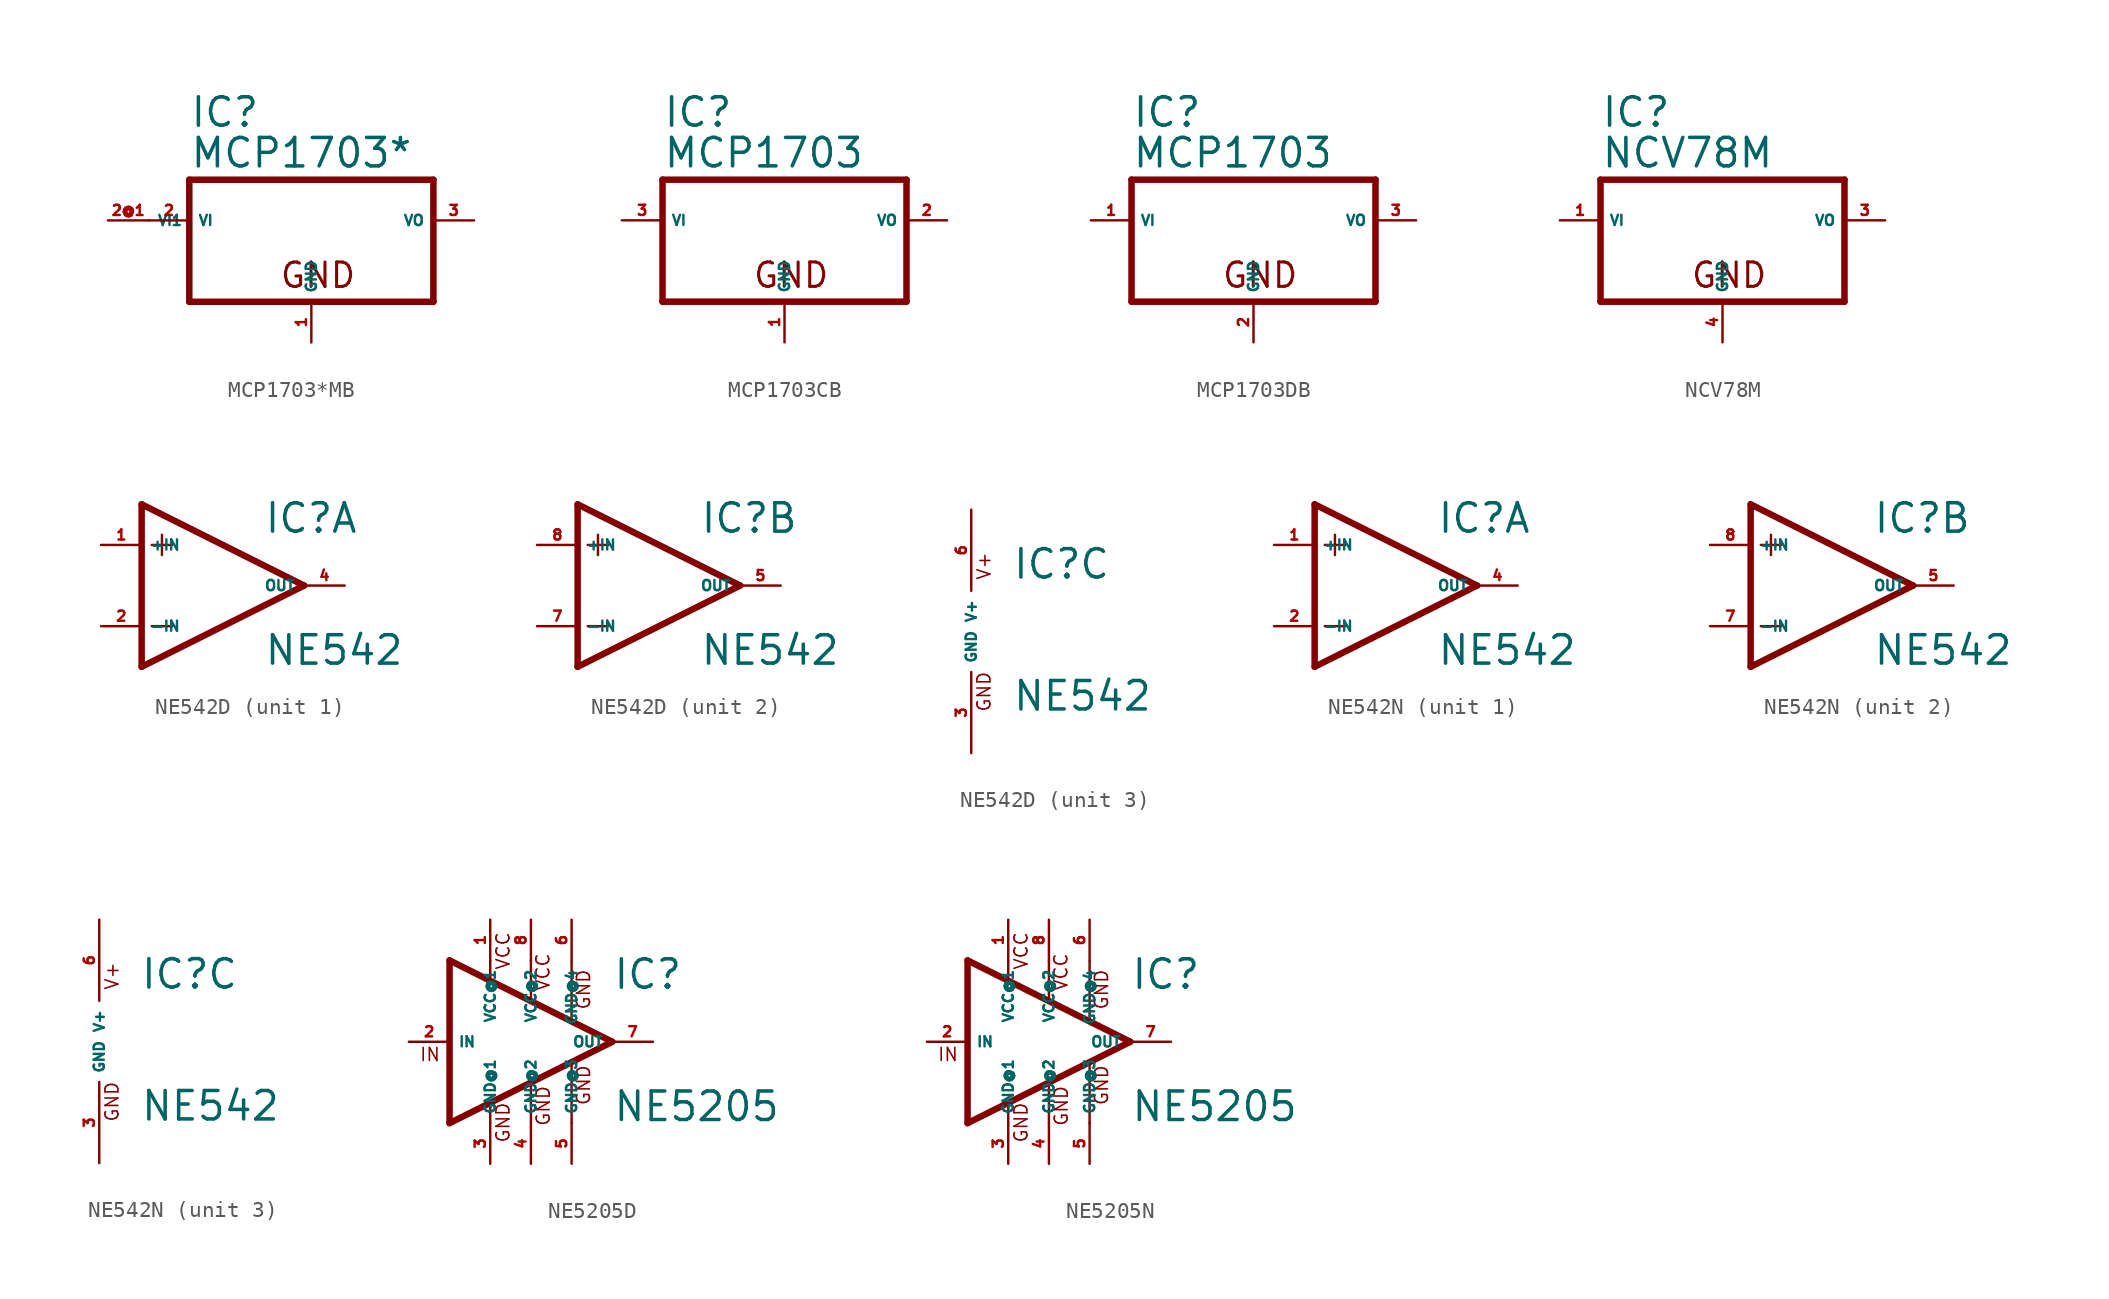
<source format=kicad_sym>
(kicad_symbol_lib
  (version 20220914)
  (generator Eagle2Kicad)
  (symbol "MCP1703*MB"
    (property "Reference" "IC"
      (at -7.62 5.715 0)
      (effects (font (size 1.778 1.778) (thickness 0.22)) (justify left bottom)))
    (property "Value" "MCP1703*"
      (at -7.62 3.175 0)
      (effects (font (size 1.778 1.778) (thickness 0.22)) (justify left bottom)))
    (polyline
      (pts (xy -7.62 -5.08) (xy 7.62 -5.08))
      (stroke (width 0.406) (type default))
      (fill (type none)))
    (polyline
      (pts (xy 7.62 -5.08) (xy 7.62 2.54))
      (stroke (width 0.406) (type default))
      (fill (type none)))
    (polyline
      (pts (xy 7.62 2.54) (xy -7.62 2.54))
      (stroke (width 0.406) (type default))
      (fill (type none)))
    (polyline
      (pts (xy -7.62 2.54) (xy -7.62 -5.08))
      (stroke (width 0.406) (type default))
      (fill (type none)))
    (text "GND"
      (at -2.032 -4.318 0)
      (effects (font (size 1.524 1.524) (thickness 0.19)) (justify left bottom)))
    (pin input line
      (at -10.16 0 0)
      (length 2.54)
      (name "VI" (effects (font (size 0.635 0.635) (thickness 0.08)) (justify left bottom)))
      (number "2" (effects (font (size 0.635 0.635) (thickness 0.08)) (justify left bottom))))
    (pin passive line
      (at 0 -7.62 90)
      (length 2.54)
      (name "GND" (effects (font (size 0.635 0.635) (thickness 0.08)) (justify left bottom)))
      (number "1" (effects (font (size 0.635 0.635) (thickness 0.08)) (justify left bottom))))
    (pin passive line
      (at 10.16 0 180)
      (length 2.54)
      (name "VO" (effects (font (size 0.635 0.635) (thickness 0.08)) (justify left bottom)))
      (number "3" (effects (font (size 0.635 0.635) (thickness 0.08)) (justify left bottom))))
    (pin input line
      (at -12.7 0 0)
      (length 2.54)
      (name "VI1" (effects (font (size 0.635 0.635) (thickness 0.08)) (justify left bottom)))
      (number "2@1" (effects (font (size 0.635 0.635) (thickness 0.08)) (justify left bottom)))))
  (symbol "MCP1703CB"
    (property "Reference" "IC"
      (at -7.62 5.715 0)
      (effects (font (size 1.778 1.778) (thickness 0.22)) (justify left bottom)))
    (property "Value" "MCP1703"
      (at -7.62 3.175 0)
      (effects (font (size 1.778 1.778) (thickness 0.22)) (justify left bottom)))
    (polyline
      (pts (xy -7.62 -5.08) (xy 7.62 -5.08))
      (stroke (width 0.406) (type default))
      (fill (type none)))
    (polyline
      (pts (xy 7.62 -5.08) (xy 7.62 2.54))
      (stroke (width 0.406) (type default))
      (fill (type none)))
    (polyline
      (pts (xy 7.62 2.54) (xy -7.62 2.54))
      (stroke (width 0.406) (type default))
      (fill (type none)))
    (polyline
      (pts (xy -7.62 2.54) (xy -7.62 -5.08))
      (stroke (width 0.406) (type default))
      (fill (type none)))
    (text "GND"
      (at -2.032 -4.318 0)
      (effects (font (size 1.524 1.524) (thickness 0.19)) (justify left bottom)))
    (pin input line
      (at -10.16 0 0)
      (length 2.54)
      (name "VI" (effects (font (size 0.635 0.635) (thickness 0.08)) (justify left bottom)))
      (number "3" (effects (font (size 0.635 0.635) (thickness 0.08)) (justify left bottom))))
    (pin passive line
      (at 0 -7.62 90)
      (length 2.54)
      (name "GND" (effects (font (size 0.635 0.635) (thickness 0.08)) (justify left bottom)))
      (number "1" (effects (font (size 0.635 0.635) (thickness 0.08)) (justify left bottom))))
    (pin passive line
      (at 10.16 0 180)
      (length 2.54)
      (name "VO" (effects (font (size 0.635 0.635) (thickness 0.08)) (justify left bottom)))
      (number "2" (effects (font (size 0.635 0.635) (thickness 0.08)) (justify left bottom)))))
  (symbol "MCP1703DB"
    (property "Reference" "IC"
      (at -7.62 5.715 0)
      (effects (font (size 1.778 1.778) (thickness 0.22)) (justify left bottom)))
    (property "Value" "MCP1703"
      (at -7.62 3.175 0)
      (effects (font (size 1.778 1.778) (thickness 0.22)) (justify left bottom)))
    (polyline
      (pts (xy -7.62 -5.08) (xy 7.62 -5.08))
      (stroke (width 0.406) (type default))
      (fill (type none)))
    (polyline
      (pts (xy 7.62 -5.08) (xy 7.62 2.54))
      (stroke (width 0.406) (type default))
      (fill (type none)))
    (polyline
      (pts (xy 7.62 2.54) (xy -7.62 2.54))
      (stroke (width 0.406) (type default))
      (fill (type none)))
    (polyline
      (pts (xy -7.62 2.54) (xy -7.62 -5.08))
      (stroke (width 0.406) (type default))
      (fill (type none)))
    (text "GND"
      (at -2.032 -4.318 0)
      (effects (font (size 1.524 1.524) (thickness 0.19)) (justify left bottom)))
    (pin input line
      (at -10.16 0 0)
      (length 2.54)
      (name "VI" (effects (font (size 0.635 0.635) (thickness 0.08)) (justify left bottom)))
      (number "1" (effects (font (size 0.635 0.635) (thickness 0.08)) (justify left bottom))))
    (pin passive line
      (at 0 -7.62 90)
      (length 2.54)
      (name "GND" (effects (font (size 0.635 0.635) (thickness 0.08)) (justify left bottom)))
      (number "2" (effects (font (size 0.635 0.635) (thickness 0.08)) (justify left bottom))))
    (pin passive line
      (at 10.16 0 180)
      (length 2.54)
      (name "VO" (effects (font (size 0.635 0.635) (thickness 0.08)) (justify left bottom)))
      (number "3" (effects (font (size 0.635 0.635) (thickness 0.08)) (justify left bottom)))))
  (symbol "NCV78M"
    (property "Reference" "IC"
      (at -7.62 5.715 0)
      (effects (font (size 1.778 1.778) (thickness 0.22)) (justify left bottom)))
    (property "Value" "NCV78M"
      (at -7.62 3.175 0)
      (effects (font (size 1.778 1.778) (thickness 0.22)) (justify left bottom)))
    (polyline
      (pts (xy -7.62 -5.08) (xy 7.62 -5.08))
      (stroke (width 0.406) (type default))
      (fill (type none)))
    (polyline
      (pts (xy 7.62 -5.08) (xy 7.62 2.54))
      (stroke (width 0.406) (type default))
      (fill (type none)))
    (polyline
      (pts (xy 7.62 2.54) (xy -7.62 2.54))
      (stroke (width 0.406) (type default))
      (fill (type none)))
    (polyline
      (pts (xy -7.62 2.54) (xy -7.62 -5.08))
      (stroke (width 0.406) (type default))
      (fill (type none)))
    (text "GND"
      (at -2.032 -4.318 0)
      (effects (font (size 1.524 1.524) (thickness 0.19)) (justify left bottom)))
    (pin input line
      (at -10.16 0 0)
      (length 2.54)
      (name "VI" (effects (font (size 0.635 0.635) (thickness 0.08)) (justify left bottom)))
      (number "1" (effects (font (size 0.635 0.635) (thickness 0.08)) (justify left bottom))))
    (pin passive line
      (at 0 -7.62 90)
      (length 2.54)
      (name "GND" (effects (font (size 0.635 0.635) (thickness 0.08)) (justify left bottom)))
      (number "4" (effects (font (size 0.635 0.635) (thickness 0.08)) (justify left bottom))))
    (pin passive line
      (at 10.16 0 180)
      (length 2.54)
      (name "VO" (effects (font (size 0.635 0.635) (thickness 0.08)) (justify left bottom)))
      (number "3" (effects (font (size 0.635 0.635) (thickness 0.08)) (justify left bottom)))))
  (symbol "NE542D"
    (property "Reference" "IC"
      (at 2.54 3.175 0)
      (effects (font (size 1.778 1.778) (thickness 0.22)) (justify left bottom)))
    (property "Value" "NE542"
      (at 2.54 -5.08 0)
      (effects (font (size 1.778 1.778) (thickness 0.22)) (justify left bottom)))
    (symbol "NE542D_1_0"
      (polyline (pts (xy -5.08 5.08) (xy -5.08 -5.08)) (stroke (width 0.406) (type default)) (fill (type none)))
      (polyline (pts (xy -5.08 -5.08) (xy 5.08 0)) (stroke (width 0.406) (type default)) (fill (type none)))
      (polyline (pts (xy 5.08 0) (xy -5.08 5.08)) (stroke (width 0.406) (type default)) (fill (type none)))
      (polyline (pts (xy -3.81 3.175) (xy -3.81 1.905)) (stroke (width 0.152) (type default)) (fill (type none)))
      (polyline (pts (xy -4.445 2.54) (xy -3.175 2.54)) (stroke (width 0.152) (type default)) (fill (type none)))
      (polyline (pts (xy -4.445 -2.54) (xy -3.175 -2.54)) (stroke (width 0.152) (type default)) (fill (type none)))
      (pin input line (at -7.62 -2.54 0) (length 2.54) (name "-IN" (effects (font (size 0.635 0.635) (thickness 0.08)) (justify left bottom))) (number "2" (effects (font (size 0.635 0.635) (thickness 0.08)) (justify left bottom))))
      (pin input line (at -7.62 2.54 0) (length 2.54) (name "+IN" (effects (font (size 0.635 0.635) (thickness 0.08)) (justify left bottom))) (number "1" (effects (font (size 0.635 0.635) (thickness 0.08)) (justify left bottom))))
      (pin output line (at 7.62 0 180) (length 2.54) (name "OUT" (effects (font (size 0.635 0.635) (thickness 0.08)) (justify left bottom))) (number "4" (effects (font (size 0.635 0.635) (thickness 0.08)) (justify left bottom)))))
    (symbol "NE542D_2_0"
      (polyline (pts (xy -5.08 5.08) (xy -5.08 -5.08)) (stroke (width 0.406) (type default)) (fill (type none)))
      (polyline (pts (xy -5.08 -5.08) (xy 5.08 0)) (stroke (width 0.406) (type default)) (fill (type none)))
      (polyline (pts (xy 5.08 0) (xy -5.08 5.08)) (stroke (width 0.406) (type default)) (fill (type none)))
      (polyline (pts (xy -3.81 3.175) (xy -3.81 1.905)) (stroke (width 0.152) (type default)) (fill (type none)))
      (polyline (pts (xy -4.445 2.54) (xy -3.175 2.54)) (stroke (width 0.152) (type default)) (fill (type none)))
      (polyline (pts (xy -4.445 -2.54) (xy -3.175 -2.54)) (stroke (width 0.152) (type default)) (fill (type none)))
      (pin input line (at -7.62 -2.54 0) (length 2.54) (name "-IN" (effects (font (size 0.635 0.635) (thickness 0.08)) (justify left bottom))) (number "7" (effects (font (size 0.635 0.635) (thickness 0.08)) (justify left bottom))))
      (pin input line (at -7.62 2.54 0) (length 2.54) (name "+IN" (effects (font (size 0.635 0.635) (thickness 0.08)) (justify left bottom))) (number "8" (effects (font (size 0.635 0.635) (thickness 0.08)) (justify left bottom))))
      (pin output line (at 7.62 0 180) (length 2.54) (name "OUT" (effects (font (size 0.635 0.635) (thickness 0.08)) (justify left bottom))) (number "5" (effects (font (size 0.635 0.635) (thickness 0.08)) (justify left bottom)))))
    (symbol "NE542D_3_0"
      (text "V+" (at 1.27 3.175 900) (effects (font (size 0.813 0.813) (thickness 0.10)) (justify left bottom)))
      (text "GND" (at 1.27 -5.08 900) (effects (font (size 0.813 0.813) (thickness 0.10)) (justify left bottom)))
      (pin unspecified line (at 0 7.62 270) (length 5.08) (name "V+" (effects (font (size 0.635 0.635) (thickness 0.08)) (justify left bottom))) (number "6" (effects (font (size 0.635 0.635) (thickness 0.08)) (justify left bottom))))
      (pin unspecified line (at 0 -7.62 90) (length 5.08) (name "GND" (effects (font (size 0.635 0.635) (thickness 0.08)) (justify left bottom))) (number "3" (effects (font (size 0.635 0.635) (thickness 0.08)) (justify left bottom))))))
  (symbol "NE542N"
    (property "Reference" "IC"
      (at 2.54 3.175 0)
      (effects (font (size 1.778 1.778) (thickness 0.22)) (justify left bottom)))
    (property "Value" "NE542"
      (at 2.54 -5.08 0)
      (effects (font (size 1.778 1.778) (thickness 0.22)) (justify left bottom)))
    (symbol "NE542N_1_0"
      (polyline (pts (xy -5.08 5.08) (xy -5.08 -5.08)) (stroke (width 0.406) (type default)) (fill (type none)))
      (polyline (pts (xy -5.08 -5.08) (xy 5.08 0)) (stroke (width 0.406) (type default)) (fill (type none)))
      (polyline (pts (xy 5.08 0) (xy -5.08 5.08)) (stroke (width 0.406) (type default)) (fill (type none)))
      (polyline (pts (xy -3.81 3.175) (xy -3.81 1.905)) (stroke (width 0.152) (type default)) (fill (type none)))
      (polyline (pts (xy -4.445 2.54) (xy -3.175 2.54)) (stroke (width 0.152) (type default)) (fill (type none)))
      (polyline (pts (xy -4.445 -2.54) (xy -3.175 -2.54)) (stroke (width 0.152) (type default)) (fill (type none)))
      (pin input line (at -7.62 -2.54 0) (length 2.54) (name "-IN" (effects (font (size 0.635 0.635) (thickness 0.08)) (justify left bottom))) (number "2" (effects (font (size 0.635 0.635) (thickness 0.08)) (justify left bottom))))
      (pin input line (at -7.62 2.54 0) (length 2.54) (name "+IN" (effects (font (size 0.635 0.635) (thickness 0.08)) (justify left bottom))) (number "1" (effects (font (size 0.635 0.635) (thickness 0.08)) (justify left bottom))))
      (pin output line (at 7.62 0 180) (length 2.54) (name "OUT" (effects (font (size 0.635 0.635) (thickness 0.08)) (justify left bottom))) (number "4" (effects (font (size 0.635 0.635) (thickness 0.08)) (justify left bottom)))))
    (symbol "NE542N_2_0"
      (polyline (pts (xy -5.08 5.08) (xy -5.08 -5.08)) (stroke (width 0.406) (type default)) (fill (type none)))
      (polyline (pts (xy -5.08 -5.08) (xy 5.08 0)) (stroke (width 0.406) (type default)) (fill (type none)))
      (polyline (pts (xy 5.08 0) (xy -5.08 5.08)) (stroke (width 0.406) (type default)) (fill (type none)))
      (polyline (pts (xy -3.81 3.175) (xy -3.81 1.905)) (stroke (width 0.152) (type default)) (fill (type none)))
      (polyline (pts (xy -4.445 2.54) (xy -3.175 2.54)) (stroke (width 0.152) (type default)) (fill (type none)))
      (polyline (pts (xy -4.445 -2.54) (xy -3.175 -2.54)) (stroke (width 0.152) (type default)) (fill (type none)))
      (pin input line (at -7.62 -2.54 0) (length 2.54) (name "-IN" (effects (font (size 0.635 0.635) (thickness 0.08)) (justify left bottom))) (number "7" (effects (font (size 0.635 0.635) (thickness 0.08)) (justify left bottom))))
      (pin input line (at -7.62 2.54 0) (length 2.54) (name "+IN" (effects (font (size 0.635 0.635) (thickness 0.08)) (justify left bottom))) (number "8" (effects (font (size 0.635 0.635) (thickness 0.08)) (justify left bottom))))
      (pin output line (at 7.62 0 180) (length 2.54) (name "OUT" (effects (font (size 0.635 0.635) (thickness 0.08)) (justify left bottom))) (number "5" (effects (font (size 0.635 0.635) (thickness 0.08)) (justify left bottom)))))
    (symbol "NE542N_3_0"
      (text "V+" (at 1.27 3.175 900) (effects (font (size 0.813 0.813) (thickness 0.10)) (justify left bottom)))
      (text "GND" (at 1.27 -5.08 900) (effects (font (size 0.813 0.813) (thickness 0.10)) (justify left bottom)))
      (pin unspecified line (at 0 7.62 270) (length 5.08) (name "V+" (effects (font (size 0.635 0.635) (thickness 0.08)) (justify left bottom))) (number "6" (effects (font (size 0.635 0.635) (thickness 0.08)) (justify left bottom))))
      (pin unspecified line (at 0 -7.62 90) (length 5.08) (name "GND" (effects (font (size 0.635 0.635) (thickness 0.08)) (justify left bottom))) (number "3" (effects (font (size 0.635 0.635) (thickness 0.08)) (justify left bottom))))))
  (symbol "NE5205D"
    (property "Reference" "IC"
      (at 5.08 3.175 0)
      (effects (font (size 1.778 1.778) (thickness 0.22)) (justify left bottom)))
    (property "Value" "NE5205"
      (at 5.08 -5.08 0)
      (effects (font (size 1.778 1.778) (thickness 0.22)) (justify left bottom)))
    (polyline
      (pts (xy -2.54 5.08) (xy -2.54 3.861))
      (stroke (width 0.152) (type default))
      (fill (type none)))
    (polyline
      (pts (xy -2.54 -5.08) (xy -2.54 -3.886))
      (stroke (width 0.152) (type default))
      (fill (type none)))
    (polyline
      (pts (xy 0 -5.08) (xy 0 -2.616))
      (stroke (width 0.152) (type default))
      (fill (type none)))
    (polyline
      (pts (xy 2.54 -5.08) (xy 2.54 -1.346))
      (stroke (width 0.152) (type default))
      (fill (type none)))
    (polyline
      (pts (xy 0 5.08) (xy 0 2.591))
      (stroke (width 0.152) (type default))
      (fill (type none)))
    (polyline
      (pts (xy 2.54 1.321) (xy 2.54 5.029))
      (stroke (width 0.152) (type default))
      (fill (type none)))
    (polyline
      (pts (xy -5.08 5.08) (xy -5.08 -5.08))
      (stroke (width 0.406) (type default))
      (fill (type none)))
    (polyline
      (pts (xy -5.08 -5.08) (xy 5.08 0))
      (stroke (width 0.406) (type default))
      (fill (type none)))
    (polyline
      (pts (xy 5.08 0) (xy -5.08 5.08))
      (stroke (width 0.406) (type default))
      (fill (type none)))
    (text "IN"
      (at -6.985 -1.27 0)
      (effects (font (size 0.813 0.813) (thickness 0.10)) (justify left bottom)))
    (text "GND"
      (at -1.27 -6.35 900)
      (effects (font (size 0.813 0.813) (thickness 0.10)) (justify left bottom)))
    (text "GND"
      (at 1.245 -5.309 900)
      (effects (font (size 0.813 0.813) (thickness 0.10)) (justify left bottom)))
    (text "GND"
      (at 3.759 -4.013 900)
      (effects (font (size 0.813 0.813) (thickness 0.10)) (justify left bottom)))
    (text "GND"
      (at 3.759 1.956 900)
      (effects (font (size 0.813 0.813) (thickness 0.10)) (justify left bottom)))
    (text "VCC"
      (at -1.27 4.445 900)
      (effects (font (size 0.813 0.813) (thickness 0.10)) (justify left bottom)))
    (text "VCC"
      (at 1.219 3.124 900)
      (effects (font (size 0.813 0.813) (thickness 0.10)) (justify left bottom)))
    (pin input line
      (at 0 7.62 270)
      (length 2.54)
      (name "VCC@2" (effects (font (size 0.635 0.635) (thickness 0.08)) (justify left bottom)))
      (number "8" (effects (font (size 0.635 0.635) (thickness 0.08)) (justify left bottom))))
    (pin input line
      (at -2.54 7.62 270)
      (length 2.54)
      (name "VCC@1" (effects (font (size 0.635 0.635) (thickness 0.08)) (justify left bottom)))
      (number "1" (effects (font (size 0.635 0.635) (thickness 0.08)) (justify left bottom))))
    (pin input line
      (at -7.62 0 0)
      (length 2.54)
      (name "IN" (effects (font (size 0.635 0.635) (thickness 0.08)) (justify left bottom)))
      (number "2" (effects (font (size 0.635 0.635) (thickness 0.08)) (justify left bottom))))
    (pin input line
      (at -2.54 -7.62 90)
      (length 2.54)
      (name "GND@1" (effects (font (size 0.635 0.635) (thickness 0.08)) (justify left bottom)))
      (number "3" (effects (font (size 0.635 0.635) (thickness 0.08)) (justify left bottom))))
    (pin input line
      (at 0 -7.62 90)
      (length 2.54)
      (name "GND@2" (effects (font (size 0.635 0.635) (thickness 0.08)) (justify left bottom)))
      (number "4" (effects (font (size 0.635 0.635) (thickness 0.08)) (justify left bottom))))
    (pin input line
      (at 2.54 -7.62 90)
      (length 2.54)
      (name "GND@3" (effects (font (size 0.635 0.635) (thickness 0.08)) (justify left bottom)))
      (number "5" (effects (font (size 0.635 0.635) (thickness 0.08)) (justify left bottom))))
    (pin output line
      (at 7.62 0 180)
      (length 2.54)
      (name "OUT" (effects (font (size 0.635 0.635) (thickness 0.08)) (justify left bottom)))
      (number "7" (effects (font (size 0.635 0.635) (thickness 0.08)) (justify left bottom))))
    (pin input line
      (at 2.54 7.62 270)
      (length 2.54)
      (name "GND@4" (effects (font (size 0.635 0.635) (thickness 0.08)) (justify left bottom)))
      (number "6" (effects (font (size 0.635 0.635) (thickness 0.08)) (justify left bottom)))))
  (symbol "NE5205N"
    (property "Reference" "IC"
      (at 5.08 3.175 0)
      (effects (font (size 1.778 1.778) (thickness 0.22)) (justify left bottom)))
    (property "Value" "NE5205"
      (at 5.08 -5.08 0)
      (effects (font (size 1.778 1.778) (thickness 0.22)) (justify left bottom)))
    (polyline
      (pts (xy -2.54 5.08) (xy -2.54 3.861))
      (stroke (width 0.152) (type default))
      (fill (type none)))
    (polyline
      (pts (xy -2.54 -5.08) (xy -2.54 -3.886))
      (stroke (width 0.152) (type default))
      (fill (type none)))
    (polyline
      (pts (xy 0 -5.08) (xy 0 -2.616))
      (stroke (width 0.152) (type default))
      (fill (type none)))
    (polyline
      (pts (xy 2.54 -5.08) (xy 2.54 -1.346))
      (stroke (width 0.152) (type default))
      (fill (type none)))
    (polyline
      (pts (xy 0 5.08) (xy 0 2.591))
      (stroke (width 0.152) (type default))
      (fill (type none)))
    (polyline
      (pts (xy 2.54 1.321) (xy 2.54 5.029))
      (stroke (width 0.152) (type default))
      (fill (type none)))
    (polyline
      (pts (xy -5.08 5.08) (xy -5.08 -5.08))
      (stroke (width 0.406) (type default))
      (fill (type none)))
    (polyline
      (pts (xy -5.08 -5.08) (xy 5.08 0))
      (stroke (width 0.406) (type default))
      (fill (type none)))
    (polyline
      (pts (xy 5.08 0) (xy -5.08 5.08))
      (stroke (width 0.406) (type default))
      (fill (type none)))
    (text "IN"
      (at -6.985 -1.27 0)
      (effects (font (size 0.813 0.813) (thickness 0.10)) (justify left bottom)))
    (text "GND"
      (at -1.27 -6.35 900)
      (effects (font (size 0.813 0.813) (thickness 0.10)) (justify left bottom)))
    (text "GND"
      (at 1.245 -5.309 900)
      (effects (font (size 0.813 0.813) (thickness 0.10)) (justify left bottom)))
    (text "GND"
      (at 3.759 -4.013 900)
      (effects (font (size 0.813 0.813) (thickness 0.10)) (justify left bottom)))
    (text "GND"
      (at 3.759 1.956 900)
      (effects (font (size 0.813 0.813) (thickness 0.10)) (justify left bottom)))
    (text "VCC"
      (at -1.27 4.445 900)
      (effects (font (size 0.813 0.813) (thickness 0.10)) (justify left bottom)))
    (text "VCC"
      (at 1.219 3.124 900)
      (effects (font (size 0.813 0.813) (thickness 0.10)) (justify left bottom)))
    (pin input line
      (at 0 7.62 270)
      (length 2.54)
      (name "VCC@2" (effects (font (size 0.635 0.635) (thickness 0.08)) (justify left bottom)))
      (number "8" (effects (font (size 0.635 0.635) (thickness 0.08)) (justify left bottom))))
    (pin input line
      (at -2.54 7.62 270)
      (length 2.54)
      (name "VCC@1" (effects (font (size 0.635 0.635) (thickness 0.08)) (justify left bottom)))
      (number "1" (effects (font (size 0.635 0.635) (thickness 0.08)) (justify left bottom))))
    (pin input line
      (at -7.62 0 0)
      (length 2.54)
      (name "IN" (effects (font (size 0.635 0.635) (thickness 0.08)) (justify left bottom)))
      (number "2" (effects (font (size 0.635 0.635) (thickness 0.08)) (justify left bottom))))
    (pin input line
      (at -2.54 -7.62 90)
      (length 2.54)
      (name "GND@1" (effects (font (size 0.635 0.635) (thickness 0.08)) (justify left bottom)))
      (number "3" (effects (font (size 0.635 0.635) (thickness 0.08)) (justify left bottom))))
    (pin input line
      (at 0 -7.62 90)
      (length 2.54)
      (name "GND@2" (effects (font (size 0.635 0.635) (thickness 0.08)) (justify left bottom)))
      (number "4" (effects (font (size 0.635 0.635) (thickness 0.08)) (justify left bottom))))
    (pin input line
      (at 2.54 -7.62 90)
      (length 2.54)
      (name "GND@3" (effects (font (size 0.635 0.635) (thickness 0.08)) (justify left bottom)))
      (number "5" (effects (font (size 0.635 0.635) (thickness 0.08)) (justify left bottom))))
    (pin output line
      (at 7.62 0 180)
      (length 2.54)
      (name "OUT" (effects (font (size 0.635 0.635) (thickness 0.08)) (justify left bottom)))
      (number "7" (effects (font (size 0.635 0.635) (thickness 0.08)) (justify left bottom))))
    (pin input line
      (at 2.54 7.62 270)
      (length 2.54)
      (name "GND@4" (effects (font (size 0.635 0.635) (thickness 0.08)) (justify left bottom)))
      (number "6" (effects (font (size 0.635 0.635) (thickness 0.08)) (justify left bottom))))))
</source>
